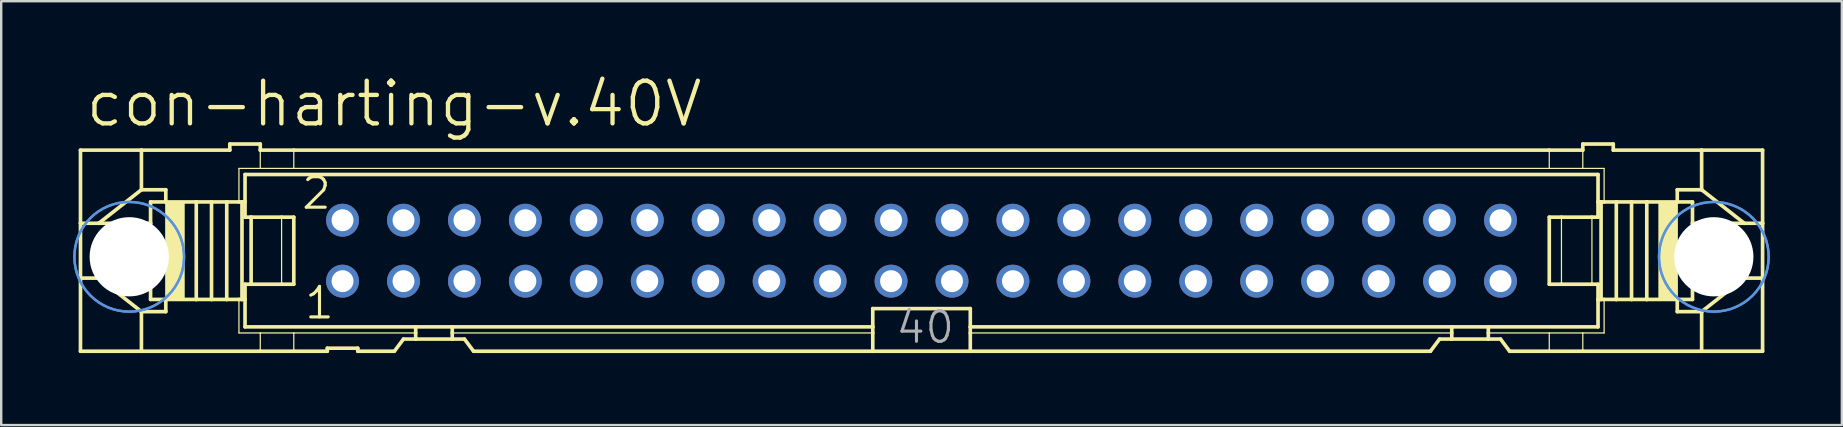
<source format=kicad_pcb>
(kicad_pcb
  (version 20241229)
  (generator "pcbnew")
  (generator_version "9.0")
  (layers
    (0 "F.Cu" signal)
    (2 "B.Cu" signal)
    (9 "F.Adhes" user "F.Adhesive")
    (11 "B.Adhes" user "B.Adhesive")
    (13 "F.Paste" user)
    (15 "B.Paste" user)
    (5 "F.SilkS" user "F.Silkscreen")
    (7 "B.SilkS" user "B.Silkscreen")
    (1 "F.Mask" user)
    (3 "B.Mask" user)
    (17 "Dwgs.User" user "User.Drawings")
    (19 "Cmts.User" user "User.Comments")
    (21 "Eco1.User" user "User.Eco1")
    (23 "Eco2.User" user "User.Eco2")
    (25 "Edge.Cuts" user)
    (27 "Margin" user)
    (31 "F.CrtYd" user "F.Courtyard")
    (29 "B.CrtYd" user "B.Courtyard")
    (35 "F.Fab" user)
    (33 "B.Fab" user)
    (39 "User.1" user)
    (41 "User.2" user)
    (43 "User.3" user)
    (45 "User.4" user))
  (footprint "con-harting-v.40V"
    (layer "F.Cu")
    (at 35.356 7.398)
    (property "Reference" "con-harting-v.40V" (at -34.925 -5.08 0) (layer "F.SilkS") (effects (font (size 1.778 1.778) (thickness 0.18)) (justify left bottom)))
    (attr through_hole)
    (fp_line (start -35.052 -4.191) (end -35.052 -1.143) (stroke (width 0.152) (type default)) (layer "F.SilkS"))
    (fp_line (start -35.052 -4.191) (end -32.512 -4.191) (stroke (width 0.152) (type default)) (layer "F.SilkS"))
    (fp_line (start -35.052 -1.143) (end -35.052 1.143) (stroke (width 0.152) (type default)) (layer "F.SilkS"))
    (fp_line (start -35.052 -1.143) (end -34.29 -1.143) (stroke (width 0.152) (type default)) (layer "F.SilkS"))
    (fp_line (start -35.052 1.143) (end -35.052 4.191) (stroke (width 0.152) (type default)) (layer "F.SilkS"))
    (fp_line (start -35.052 1.143) (end -34.29 1.143) (stroke (width 0.152) (type default)) (layer "F.SilkS"))
    (fp_line (start -34.29 -1.143) (end -32.131 -1.143) (stroke (width 0.152) (type default)) (layer "F.SilkS"))
    (fp_line (start -34.29 1.143) (end -32.131 1.143) (stroke (width 0.152) (type default)) (layer "F.SilkS"))
    (fp_line (start -32.512 -4.191) (end -32.512 -2.54) (stroke (width 0.152) (type default)) (layer "F.SilkS"))
    (fp_line (start -32.512 -2.54) (end -34.29 -1.143) (stroke (width 0.152) (type default)) (layer "F.SilkS"))
    (fp_line (start -32.512 2.54) (end -34.29 1.143) (stroke (width 0.152) (type default)) (layer "F.SilkS"))
    (fp_line (start -32.512 2.54) (end -32.512 4.191) (stroke (width 0.152) (type default)) (layer "F.SilkS"))
    (fp_line (start -32.512 4.191) (end -35.052 4.191) (stroke (width 0.152) (type default)) (layer "F.SilkS"))
    (fp_line (start -32.131 -1.143) (end -32.131 -2.032) (stroke (width 0.152) (type default)) (layer "F.SilkS"))
    (fp_line (start -32.131 1.143) (end -32.131 -1.143) (stroke (width 0.152) (type default)) (layer "F.SilkS"))
    (fp_line (start -32.131 2.032) (end -32.131 1.143) (stroke (width 0.152) (type default)) (layer "F.SilkS"))
    (fp_line (start -31.496 -2.54) (end -32.512 -2.54) (stroke (width 0.152) (type default)) (layer "F.SilkS"))
    (fp_line (start -31.496 -2.54) (end -31.496 -2.032) (stroke (width 0.152) (type default)) (layer "F.SilkS"))
    (fp_line (start -31.496 -2.032) (end -32.131 -2.032) (stroke (width 0.152) (type default)) (layer "F.SilkS"))
    (fp_line (start -31.496 2.032) (end -32.131 2.032) (stroke (width 0.152) (type default)) (layer "F.SilkS"))
    (fp_line (start -31.496 2.032) (end -31.496 2.54) (stroke (width 0.152) (type default)) (layer "F.SilkS"))
    (fp_line (start -31.496 2.54) (end -32.512 2.54) (stroke (width 0.152) (type default)) (layer "F.SilkS"))
    (fp_line (start -30.226 -2.032) (end -31.496 -2.032) (stroke (width 0.152) (type default)) (layer "F.SilkS"))
    (fp_line (start -30.226 2.032) (end -31.496 2.032) (stroke (width 0.152) (type default)) (layer "F.SilkS"))
    (fp_line (start -30.226 2.032) (end -30.226 -2.032) (stroke (width 0.152) (type default)) (layer "F.SilkS"))
    (fp_line (start -29.591 -2.032) (end -30.226 -2.032) (stroke (width 0.152) (type default)) (layer "F.SilkS"))
    (fp_line (start -29.591 2.032) (end -30.226 2.032) (stroke (width 0.152) (type default)) (layer "F.SilkS"))
    (fp_line (start -29.591 2.032) (end -29.591 -2.032) (stroke (width 0.152) (type default)) (layer "F.SilkS"))
    (fp_line (start -28.956 -2.032) (end -29.591 -2.032) (stroke (width 0.152) (type default)) (layer "F.SilkS"))
    (fp_line (start -28.956 2.032) (end -29.591 2.032) (stroke (width 0.152) (type default)) (layer "F.SilkS"))
    (fp_line (start -28.956 2.032) (end -28.956 -2.032) (stroke (width 0.152) (type default)) (layer "F.SilkS"))
    (fp_line (start -28.829 -4.445) (end -28.829 -4.191) (stroke (width 0.152) (type default)) (layer "F.SilkS"))
    (fp_line (start -28.829 -4.445) (end -27.559 -4.445) (stroke (width 0.152) (type default)) (layer "F.SilkS"))
    (fp_line (start -28.829 -4.191) (end -32.512 -4.191) (stroke (width 0.152) (type default)) (layer "F.SilkS"))
    (fp_line (start -28.448 -3.429) (end -28.448 -2.032) (stroke (width 0.051) (type default)) (layer "F.SilkS"))
    (fp_line (start -28.448 -2.032) (end -28.956 -2.032) (stroke (width 0.152) (type default)) (layer "F.SilkS"))
    (fp_line (start -28.448 2.032) (end -28.956 2.032) (stroke (width 0.152) (type default)) (layer "F.SilkS"))
    (fp_line (start -28.448 3.429) (end -28.448 2.032) (stroke (width 0.051) (type default)) (layer "F.SilkS"))
    (fp_line (start -28.321 -2.032) (end -28.448 -2.032) (stroke (width 0.152) (type default)) (layer "F.SilkS"))
    (fp_line (start -28.321 2.032) (end -28.448 2.032) (stroke (width 0.152) (type default)) (layer "F.SilkS"))
    (fp_line (start -28.321 2.032) (end -28.321 -2.032) (stroke (width 0.152) (type default)) (layer "F.SilkS"))
    (fp_line (start -28.194 -3.175) (end 28.194 -3.175) (stroke (width 0.152) (type default)) (layer "F.SilkS"))
    (fp_line (start -28.194 -2.032) (end -28.321 -2.032) (stroke (width 0.152) (type default)) (layer "F.SilkS"))
    (fp_line (start -28.194 -2.032) (end -28.194 -3.175) (stroke (width 0.152) (type default)) (layer "F.SilkS"))
    (fp_line (start -28.194 -1.397) (end -28.194 -2.032) (stroke (width 0.152) (type default)) (layer "F.SilkS"))
    (fp_line (start -28.194 -1.397) (end -27.94 -1.397) (stroke (width 0.152) (type default)) (layer "F.SilkS"))
    (fp_line (start -28.194 2.032) (end -28.321 2.032) (stroke (width 0.152) (type default)) (layer "F.SilkS"))
    (fp_line (start -28.194 2.032) (end -28.194 1.397) (stroke (width 0.152) (type default)) (layer "F.SilkS"))
    (fp_line (start -28.194 3.175) (end -28.194 2.032) (stroke (width 0.152) (type default)) (layer "F.SilkS"))
    (fp_line (start -27.94 -1.397) (end -26.67 -1.397) (stroke (width 0.152) (type default)) (layer "F.SilkS"))
    (fp_line (start -27.94 1.397) (end -28.194 1.397) (stroke (width 0.152) (type default)) (layer "F.SilkS"))
    (fp_line (start -27.94 1.397) (end -27.94 -1.397) (stroke (width 0.152) (type default)) (layer "F.SilkS"))
    (fp_line (start -27.559 -4.445) (end -27.559 -4.191) (stroke (width 0.152) (type default)) (layer "F.SilkS"))
    (fp_line (start -27.559 -3.429) (end -28.448 -3.429) (stroke (width 0.051) (type default)) (layer "F.SilkS"))
    (fp_line (start -27.559 -3.429) (end -27.559 -4.191) (stroke (width 0.051) (type default)) (layer "F.SilkS"))
    (fp_line (start -27.559 -3.429) (end -26.162 -3.429) (stroke (width 0.051) (type default)) (layer "F.SilkS"))
    (fp_line (start -27.559 3.429) (end -28.448 3.429) (stroke (width 0.051) (type default)) (layer "F.SilkS"))
    (fp_line (start -27.559 4.191) (end -32.512 4.191) (stroke (width 0.152) (type default)) (layer "F.SilkS"))
    (fp_line (start -27.559 4.191) (end -27.559 3.429) (stroke (width 0.051) (type default)) (layer "F.SilkS"))
    (fp_line (start -26.67 -1.397) (end -26.162 -1.397) (stroke (width 0.152) (type default)) (layer "F.SilkS"))
    (fp_line (start -26.67 1.397) (end -27.94 1.397) (stroke (width 0.152) (type default)) (layer "F.SilkS"))
    (fp_line (start -26.67 1.397) (end -26.67 -1.397) (stroke (width 0.051) (type default)) (layer "F.SilkS"))
    (fp_line (start -26.162 -4.191) (end -27.559 -4.191) (stroke (width 0.152) (type default)) (layer "F.SilkS"))
    (fp_line (start -26.162 -4.191) (end 26.162 -4.191) (stroke (width 0.152) (type default)) (layer "F.SilkS"))
    (fp_line (start -26.162 -3.429) (end -26.162 -4.191) (stroke (width 0.051) (type default)) (layer "F.SilkS"))
    (fp_line (start -26.162 -3.429) (end 26.162 -3.429) (stroke (width 0.051) (type default)) (layer "F.SilkS"))
    (fp_line (start -26.162 1.397) (end -26.67 1.397) (stroke (width 0.152) (type default)) (layer "F.SilkS"))
    (fp_line (start -26.162 1.397) (end -26.162 -1.397) (stroke (width 0.152) (type default)) (layer "F.SilkS"))
    (fp_line (start -26.162 3.429) (end -27.559 3.429) (stroke (width 0.051) (type default)) (layer "F.SilkS"))
    (fp_line (start -26.162 4.191) (end -27.559 4.191) (stroke (width 0.152) (type default)) (layer "F.SilkS"))
    (fp_line (start -26.162 4.191) (end -26.162 3.429) (stroke (width 0.051) (type default)) (layer "F.SilkS"))
    (fp_line (start -24.765 4.191) (end -26.162 4.191) (stroke (width 0.152) (type default)) (layer "F.SilkS"))
    (fp_line (start -24.765 4.191) (end -24.765 4.064) (stroke (width 0.152) (type default)) (layer "F.SilkS"))
    (fp_line (start -23.495 4.064) (end -24.765 4.064) (stroke (width 0.152) (type default)) (layer "F.SilkS"))
    (fp_line (start -23.495 4.064) (end -23.495 4.191) (stroke (width 0.152) (type default)) (layer "F.SilkS"))
    (fp_line (start -21.971 4.191) (end -23.495 4.191) (stroke (width 0.152) (type default)) (layer "F.SilkS"))
    (fp_line (start -21.971 4.191) (end -21.59 3.683) (stroke (width 0.152) (type default)) (layer "F.SilkS"))
    (fp_line (start -21.082 3.175) (end -28.194 3.175) (stroke (width 0.152) (type default)) (layer "F.SilkS"))
    (fp_line (start -21.082 3.175) (end -21.082 3.429) (stroke (width 0.152) (type default)) (layer "F.SilkS"))
    (fp_line (start -21.082 3.429) (end -26.162 3.429) (stroke (width 0.051) (type default)) (layer "F.SilkS"))
    (fp_line (start -21.082 3.429) (end -21.082 3.683) (stroke (width 0.152) (type default)) (layer "F.SilkS"))
    (fp_line (start -21.082 3.683) (end -21.59 3.683) (stroke (width 0.152) (type default)) (layer "F.SilkS"))
    (fp_line (start -19.558 3.175) (end -21.082 3.175) (stroke (width 0.152) (type default)) (layer "F.SilkS"))
    (fp_line (start -19.558 3.175) (end -19.558 3.429) (stroke (width 0.152) (type default)) (layer "F.SilkS"))
    (fp_line (start -19.558 3.429) (end -19.558 3.683) (stroke (width 0.152) (type default)) (layer "F.SilkS"))
    (fp_line (start -19.558 3.683) (end -21.082 3.683) (stroke (width 0.152) (type default)) (layer "F.SilkS"))
    (fp_line (start -19.05 3.683) (end -19.558 3.683) (stroke (width 0.152) (type default)) (layer "F.SilkS"))
    (fp_line (start -19.05 3.683) (end -18.669 4.191) (stroke (width 0.152) (type default)) (layer "F.SilkS"))
    (fp_line (start -2.032 3.175) (end -19.558 3.175) (stroke (width 0.152) (type default)) (layer "F.SilkS"))
    (fp_line (start -2.032 3.175) (end -2.032 2.413) (stroke (width 0.152) (type default)) (layer "F.SilkS"))
    (fp_line (start -2.032 3.175) (end -2.032 3.429) (stroke (width 0.152) (type default)) (layer "F.SilkS"))
    (fp_line (start -2.032 3.429) (end -19.558 3.429) (stroke (width 0.051) (type default)) (layer "F.SilkS"))
    (fp_line (start -2.032 3.429) (end -2.032 4.191) (stroke (width 0.152) (type default)) (layer "F.SilkS"))
    (fp_line (start -2.032 4.191) (end -18.669 4.191) (stroke (width 0.152) (type default)) (layer "F.SilkS"))
    (fp_line (start 2.032 2.413) (end -2.032 2.413) (stroke (width 0.152) (type default)) (layer "F.SilkS"))
    (fp_line (start 2.032 2.413) (end 2.032 3.175) (stroke (width 0.152) (type default)) (layer "F.SilkS"))
    (fp_line (start 2.032 3.175) (end 2.032 3.429) (stroke (width 0.152) (type default)) (layer "F.SilkS"))
    (fp_line (start 2.032 3.429) (end 2.032 4.191) (stroke (width 0.152) (type default)) (layer "F.SilkS"))
    (fp_line (start 2.032 4.191) (end -2.032 4.191) (stroke (width 0.152) (type default)) (layer "F.SilkS"))
    (fp_line (start 21.209 4.191) (end 2.032 4.191) (stroke (width 0.152) (type default)) (layer "F.SilkS"))
    (fp_line (start 21.209 4.191) (end 21.59 3.683) (stroke (width 0.152) (type default)) (layer "F.SilkS"))
    (fp_line (start 22.098 3.175) (end 2.032 3.175) (stroke (width 0.152) (type default)) (layer "F.SilkS"))
    (fp_line (start 22.098 3.175) (end 22.098 3.429) (stroke (width 0.152) (type default)) (layer "F.SilkS"))
    (fp_line (start 22.098 3.429) (end 2.032 3.429) (stroke (width 0.051) (type default)) (layer "F.SilkS"))
    (fp_line (start 22.098 3.429) (end 22.098 3.683) (stroke (width 0.152) (type default)) (layer "F.SilkS"))
    (fp_line (start 22.098 3.683) (end 21.59 3.683) (stroke (width 0.152) (type default)) (layer "F.SilkS"))
    (fp_line (start 23.622 3.175) (end 22.098 3.175) (stroke (width 0.152) (type default)) (layer "F.SilkS"))
    (fp_line (start 23.622 3.175) (end 23.622 3.429) (stroke (width 0.152) (type default)) (layer "F.SilkS"))
    (fp_line (start 23.622 3.429) (end 23.622 3.683) (stroke (width 0.152) (type default)) (layer "F.SilkS"))
    (fp_line (start 23.622 3.429) (end 26.162 3.429) (stroke (width 0.051) (type default)) (layer "F.SilkS"))
    (fp_line (start 23.622 3.683) (end 22.098 3.683) (stroke (width 0.152) (type default)) (layer "F.SilkS"))
    (fp_line (start 24.13 3.683) (end 23.622 3.683) (stroke (width 0.152) (type default)) (layer "F.SilkS"))
    (fp_line (start 24.13 3.683) (end 24.511 4.191) (stroke (width 0.152) (type default)) (layer "F.SilkS"))
    (fp_line (start 26.162 -4.191) (end 26.162 -3.429) (stroke (width 0.051) (type default)) (layer "F.SilkS"))
    (fp_line (start 26.162 -4.191) (end 27.559 -4.191) (stroke (width 0.152) (type default)) (layer "F.SilkS"))
    (fp_line (start 26.162 -1.397) (end 26.162 1.397) (stroke (width 0.152) (type default)) (layer "F.SilkS"))
    (fp_line (start 26.162 -1.397) (end 26.67 -1.397) (stroke (width 0.152) (type default)) (layer "F.SilkS"))
    (fp_line (start 26.162 3.429) (end 26.162 4.191) (stroke (width 0.051) (type default)) (layer "F.SilkS"))
    (fp_line (start 26.162 3.429) (end 27.559 3.429) (stroke (width 0.051) (type default)) (layer "F.SilkS"))
    (fp_line (start 26.162 4.191) (end 24.511 4.191) (stroke (width 0.152) (type default)) (layer "F.SilkS"))
    (fp_line (start 26.67 -1.397) (end 26.67 1.397) (stroke (width 0.051) (type default)) (layer "F.SilkS"))
    (fp_line (start 26.67 -1.397) (end 27.94 -1.397) (stroke (width 0.152) (type default)) (layer "F.SilkS"))
    (fp_line (start 26.67 1.397) (end 26.162 1.397) (stroke (width 0.152) (type default)) (layer "F.SilkS"))
    (fp_line (start 27.559 -4.191) (end 27.559 -4.445) (stroke (width 0.152) (type default)) (layer "F.SilkS"))
    (fp_line (start 27.559 -4.191) (end 27.559 -3.429) (stroke (width 0.051) (type default)) (layer "F.SilkS"))
    (fp_line (start 27.559 -3.429) (end 26.162 -3.429) (stroke (width 0.051) (type default)) (layer "F.SilkS"))
    (fp_line (start 27.559 -3.429) (end 28.448 -3.429) (stroke (width 0.051) (type default)) (layer "F.SilkS"))
    (fp_line (start 27.559 3.429) (end 27.559 4.191) (stroke (width 0.051) (type default)) (layer "F.SilkS"))
    (fp_line (start 27.559 3.429) (end 28.448 3.429) (stroke (width 0.051) (type default)) (layer "F.SilkS"))
    (fp_line (start 27.559 4.191) (end 26.162 4.191) (stroke (width 0.152) (type default)) (layer "F.SilkS"))
    (fp_line (start 27.94 -1.397) (end 27.94 1.397) (stroke (width 0.051) (type default)) (layer "F.SilkS"))
    (fp_line (start 27.94 -1.397) (end 28.194 -1.397) (stroke (width 0.152) (type default)) (layer "F.SilkS"))
    (fp_line (start 27.94 1.397) (end 26.67 1.397) (stroke (width 0.152) (type default)) (layer "F.SilkS"))
    (fp_line (start 28.194 -3.175) (end 28.194 -2.032) (stroke (width 0.152) (type default)) (layer "F.SilkS"))
    (fp_line (start 28.194 -2.032) (end 28.194 -1.397) (stroke (width 0.152) (type default)) (layer "F.SilkS"))
    (fp_line (start 28.194 -2.032) (end 28.321 -2.032) (stroke (width 0.152) (type default)) (layer "F.SilkS"))
    (fp_line (start 28.194 1.397) (end 27.94 1.397) (stroke (width 0.152) (type default)) (layer "F.SilkS"))
    (fp_line (start 28.194 1.397) (end 28.194 2.032) (stroke (width 0.152) (type default)) (layer "F.SilkS"))
    (fp_line (start 28.194 2.032) (end 28.194 3.175) (stroke (width 0.152) (type default)) (layer "F.SilkS"))
    (fp_line (start 28.194 2.032) (end 28.321 2.032) (stroke (width 0.152) (type default)) (layer "F.SilkS"))
    (fp_line (start 28.194 3.175) (end 23.622 3.175) (stroke (width 0.152) (type default)) (layer "F.SilkS"))
    (fp_line (start 28.321 -2.032) (end 28.321 2.032) (stroke (width 0.152) (type default)) (layer "F.SilkS"))
    (fp_line (start 28.321 -2.032) (end 28.448 -2.032) (stroke (width 0.152) (type default)) (layer "F.SilkS"))
    (fp_line (start 28.321 2.032) (end 28.448 2.032) (stroke (width 0.152) (type default)) (layer "F.SilkS"))
    (fp_line (start 28.448 -3.429) (end 28.448 -2.032) (stroke (width 0.051) (type default)) (layer "F.SilkS"))
    (fp_line (start 28.448 -2.032) (end 28.956 -2.032) (stroke (width 0.152) (type default)) (layer "F.SilkS"))
    (fp_line (start 28.448 2.032) (end 28.956 2.032) (stroke (width 0.152) (type default)) (layer "F.SilkS"))
    (fp_line (start 28.448 3.429) (end 28.448 2.032) (stroke (width 0.051) (type default)) (layer "F.SilkS"))
    (fp_line (start 28.829 -4.445) (end 27.559 -4.445) (stroke (width 0.152) (type default)) (layer "F.SilkS"))
    (fp_line (start 28.829 -4.191) (end 28.829 -4.445) (stroke (width 0.152) (type default)) (layer "F.SilkS"))
    (fp_line (start 28.829 -4.191) (end 32.512 -4.191) (stroke (width 0.152) (type default)) (layer "F.SilkS"))
    (fp_line (start 28.956 -2.032) (end 28.956 2.032) (stroke (width 0.152) (type default)) (layer "F.SilkS"))
    (fp_line (start 28.956 -2.032) (end 29.591 -2.032) (stroke (width 0.152) (type default)) (layer "F.SilkS"))
    (fp_line (start 28.956 2.032) (end 29.591 2.032) (stroke (width 0.152) (type default)) (layer "F.SilkS"))
    (fp_line (start 29.591 -2.032) (end 29.591 2.032) (stroke (width 0.152) (type default)) (layer "F.SilkS"))
    (fp_line (start 29.591 -2.032) (end 30.226 -2.032) (stroke (width 0.152) (type default)) (layer "F.SilkS"))
    (fp_line (start 29.591 2.032) (end 30.226 2.032) (stroke (width 0.152) (type default)) (layer "F.SilkS"))
    (fp_line (start 30.226 -2.032) (end 30.226 2.032) (stroke (width 0.152) (type default)) (layer "F.SilkS"))
    (fp_line (start 30.226 -2.032) (end 31.496 -2.032) (stroke (width 0.152) (type default)) (layer "F.SilkS"))
    (fp_line (start 30.226 2.032) (end 31.496 2.032) (stroke (width 0.152) (type default)) (layer "F.SilkS"))
    (fp_line (start 31.496 -2.54) (end 32.512 -2.54) (stroke (width 0.152) (type default)) (layer "F.SilkS"))
    (fp_line (start 31.496 -2.032) (end 31.496 -2.54) (stroke (width 0.152) (type default)) (layer "F.SilkS"))
    (fp_line (start 31.496 -2.032) (end 32.131 -2.032) (stroke (width 0.152) (type default)) (layer "F.SilkS"))
    (fp_line (start 31.496 2.032) (end 32.131 2.032) (stroke (width 0.152) (type default)) (layer "F.SilkS"))
    (fp_line (start 31.496 2.54) (end 31.496 2.032) (stroke (width 0.152) (type default)) (layer "F.SilkS"))
    (fp_line (start 31.496 2.54) (end 32.512 2.54) (stroke (width 0.152) (type default)) (layer "F.SilkS"))
    (fp_line (start 32.131 -2.032) (end 32.131 -1.143) (stroke (width 0.152) (type default)) (layer "F.SilkS"))
    (fp_line (start 32.131 -1.143) (end 32.131 1.143) (stroke (width 0.152) (type default)) (layer "F.SilkS"))
    (fp_line (start 32.131 1.143) (end 32.131 2.032) (stroke (width 0.152) (type default)) (layer "F.SilkS"))
    (fp_line (start 32.512 -4.191) (end 35.052 -4.191) (stroke (width 0.152) (type default)) (layer "F.SilkS"))
    (fp_line (start 32.512 -2.54) (end 32.512 -4.191) (stroke (width 0.152) (type default)) (layer "F.SilkS"))
    (fp_line (start 32.512 -2.54) (end 34.29 -1.143) (stroke (width 0.152) (type default)) (layer "F.SilkS"))
    (fp_line (start 32.512 2.54) (end 34.29 1.143) (stroke (width 0.152) (type default)) (layer "F.SilkS"))
    (fp_line (start 32.512 4.191) (end 27.559 4.191) (stroke (width 0.152) (type default)) (layer "F.SilkS"))
    (fp_line (start 32.512 4.191) (end 32.512 2.54) (stroke (width 0.152) (type default)) (layer "F.SilkS"))
    (fp_line (start 34.29 -1.143) (end 32.131 -1.143) (stroke (width 0.152) (type default)) (layer "F.SilkS"))
    (fp_line (start 34.29 1.143) (end 32.131 1.143) (stroke (width 0.152) (type default)) (layer "F.SilkS"))
    (fp_line (start 35.052 -1.143) (end 34.29 -1.143) (stroke (width 0.152) (type default)) (layer "F.SilkS"))
    (fp_line (start 35.052 -1.143) (end 35.052 -4.191) (stroke (width 0.152) (type default)) (layer "F.SilkS"))
    (fp_line (start 35.052 1.143) (end 34.29 1.143) (stroke (width 0.152) (type default)) (layer "F.SilkS"))
    (fp_line (start 35.052 1.143) (end 35.052 -1.143) (stroke (width 0.152) (type default)) (layer "F.SilkS"))
    (fp_line (start 35.052 4.191) (end 32.512 4.191) (stroke (width 0.152) (type default)) (layer "F.SilkS"))
    (fp_line (start 35.052 4.191) (end 35.052 1.143) (stroke (width 0.152) (type default)) (layer "F.SilkS"))
    (fp_rect (start -31.496 2.032) (end -30.734 -2.032) (stroke (width 0.05) (type default)) (fill yes) (layer "F.SilkS"))
    (fp_rect (start 30.734 2.032) (end 31.496 -2.032) (stroke (width 0.05) (type default)) (fill yes) (layer "F.SilkS"))
    (fp_circle (center -33.02 0.254) (end -30.734 0.254) (stroke (width 0.1) (type default)) (fill no) (layer "Cmts.User"))
    (fp_circle (center -33.02 0.254) (end -30.734 0.254) (stroke (width 0.1) (type default)) (fill no) (layer "Cmts.User"))
    (fp_circle (center 33.02 0.254) (end 35.306 0.254) (stroke (width 0.1) (type default)) (fill no) (layer "Cmts.User"))
    (fp_circle (center 33.02 0.254) (end 35.306 0.254) (stroke (width 0.1) (type default)) (fill no) (layer "Cmts.User"))
    (fp_rect (start -34.29 0.381) (end -32.512 -0.381) (stroke (width 0.05) (type default)) (fill no) (layer "F.Fab"))
    (fp_rect (start -24.384 -1.016) (end -23.876 -1.524) (stroke (width 0.05) (type default)) (fill no) (layer "F.Fab"))
    (fp_rect (start -24.384 1.524) (end -23.876 1.016) (stroke (width 0.05) (type default)) (fill no) (layer "F.Fab"))
    (fp_rect (start -21.844 -1.016) (end -21.336 -1.524) (stroke (width 0.05) (type default)) (fill no) (layer "F.Fab"))
    (fp_rect (start -21.844 1.524) (end -21.336 1.016) (stroke (width 0.05) (type default)) (fill no) (layer "F.Fab"))
    (fp_rect (start -19.304 -1.016) (end -18.796 -1.524) (stroke (width 0.05) (type default)) (fill no) (layer "F.Fab"))
    (fp_rect (start -19.304 1.524) (end -18.796 1.016) (stroke (width 0.05) (type default)) (fill no) (layer "F.Fab"))
    (fp_rect (start -16.764 -1.016) (end -16.256 -1.524) (stroke (width 0.05) (type default)) (fill no) (layer "F.Fab"))
    (fp_rect (start -16.764 1.524) (end -16.256 1.016) (stroke (width 0.05) (type default)) (fill no) (layer "F.Fab"))
    (fp_rect (start -14.224 -1.016) (end -13.716 -1.524) (stroke (width 0.05) (type default)) (fill no) (layer "F.Fab"))
    (fp_rect (start -14.224 1.524) (end -13.716 1.016) (stroke (width 0.05) (type default)) (fill no) (layer "F.Fab"))
    (fp_rect (start -11.684 -1.016) (end -11.176 -1.524) (stroke (width 0.05) (type default)) (fill no) (layer "F.Fab"))
    (fp_rect (start -11.684 1.524) (end -11.176 1.016) (stroke (width 0.05) (type default)) (fill no) (layer "F.Fab"))
    (fp_rect (start -9.144 -1.016) (end -8.636 -1.524) (stroke (width 0.05) (type default)) (fill no) (layer "F.Fab"))
    (fp_rect (start -9.144 1.524) (end -8.636 1.016) (stroke (width 0.05) (type default)) (fill no) (layer "F.Fab"))
    (fp_rect (start -6.604 -1.016) (end -6.096 -1.524) (stroke (width 0.05) (type default)) (fill no) (layer "F.Fab"))
    (fp_rect (start -6.604 1.524) (end -6.096 1.016) (stroke (width 0.05) (type default)) (fill no) (layer "F.Fab"))
    (fp_rect (start -4.064 -1.016) (end -3.556 -1.524) (stroke (width 0.05) (type default)) (fill no) (layer "F.Fab"))
    (fp_rect (start -4.064 1.524) (end -3.556 1.016) (stroke (width 0.05) (type default)) (fill no) (layer "F.Fab"))
    (fp_rect (start -1.524 -1.016) (end -1.016 -1.524) (stroke (width 0.05) (type default)) (fill no) (layer "F.Fab"))
    (fp_rect (start -1.524 1.524) (end -1.016 1.016) (stroke (width 0.05) (type default)) (fill no) (layer "F.Fab"))
    (fp_rect (start 1.016 -1.016) (end 1.524 -1.524) (stroke (width 0.05) (type default)) (fill no) (layer "F.Fab"))
    (fp_rect (start 1.016 1.524) (end 1.524 1.016) (stroke (width 0.05) (type default)) (fill no) (layer "F.Fab"))
    (fp_rect (start 3.556 -1.016) (end 4.064 -1.524) (stroke (width 0.05) (type default)) (fill no) (layer "F.Fab"))
    (fp_rect (start 3.556 1.524) (end 4.064 1.016) (stroke (width 0.05) (type default)) (fill no) (layer "F.Fab"))
    (fp_rect (start 6.096 -1.016) (end 6.604 -1.524) (stroke (width 0.05) (type default)) (fill no) (layer "F.Fab"))
    (fp_rect (start 6.096 1.524) (end 6.604 1.016) (stroke (width 0.05) (type default)) (fill no) (layer "F.Fab"))
    (fp_rect (start 8.636 -1.016) (end 9.144 -1.524) (stroke (width 0.05) (type default)) (fill no) (layer "F.Fab"))
    (fp_rect (start 8.636 1.524) (end 9.144 1.016) (stroke (width 0.05) (type default)) (fill no) (layer "F.Fab"))
    (fp_rect (start 11.176 -1.016) (end 11.684 -1.524) (stroke (width 0.05) (type default)) (fill no) (layer "F.Fab"))
    (fp_rect (start 11.176 1.524) (end 11.684 1.016) (stroke (width 0.05) (type default)) (fill no) (layer "F.Fab"))
    (fp_rect (start 13.716 -1.016) (end 14.224 -1.524) (stroke (width 0.05) (type default)) (fill no) (layer "F.Fab"))
    (fp_rect (start 13.716 1.524) (end 14.224 1.016) (stroke (width 0.05) (type default)) (fill no) (layer "F.Fab"))
    (fp_rect (start 16.256 -1.016) (end 16.764 -1.524) (stroke (width 0.05) (type default)) (fill no) (layer "F.Fab"))
    (fp_rect (start 16.256 1.524) (end 16.764 1.016) (stroke (width 0.05) (type default)) (fill no) (layer "F.Fab"))
    (fp_rect (start 18.796 -1.016) (end 19.304 -1.524) (stroke (width 0.05) (type default)) (fill no) (layer "F.Fab"))
    (fp_rect (start 18.796 1.524) (end 19.304 1.016) (stroke (width 0.05) (type default)) (fill no) (layer "F.Fab"))
    (fp_rect (start 21.336 -1.016) (end 21.844 -1.524) (stroke (width 0.05) (type default)) (fill no) (layer "F.Fab"))
    (fp_rect (start 21.336 1.524) (end 21.844 1.016) (stroke (width 0.05) (type default)) (fill no) (layer "F.Fab"))
    (fp_rect (start 23.876 -1.016) (end 24.384 -1.524) (stroke (width 0.05) (type default)) (fill no) (layer "F.Fab"))
    (fp_rect (start 23.876 1.524) (end 24.384 1.016) (stroke (width 0.05) (type default)) (fill no) (layer "F.Fab"))
    (fp_rect (start 32.512 0.381) (end 34.29 -0.381) (stroke (width 0.05) (type default)) (fill no) (layer "F.Fab"))
    (fp_text user "1" (at -25.781 2.921 0) (layer "F.SilkS") (effects (font (size 1.27 1.27) (thickness 0.13)) (justify left bottom)))
    (fp_text user "2" (at -25.908 -1.651 0) (layer "F.SilkS") (effects (font (size 1.27 1.27) (thickness 0.13)) (justify left bottom)))
    (fp_text user "40" (at -1.143 3.937 0) (layer "F.Fab") (effects (font (size 1.27 1.27) (thickness 0.13)) (justify left bottom)))
    (pad "" np_thru_hole circle (at -33.02 0.254) (size 3.302 3.302) (drill 3.302) (layers "*.Cu" "*.Mask"))
    (pad "" np_thru_hole circle (at 33.02 0.254) (size 3.302 3.302) (drill 3.302) (layers "*.Cu" "*.Mask"))
    (pad "1" thru_hole circle (at -24.13 1.27) (size 1.372 1.372) (drill 0.914) (layers "*.Cu" "*.Mask"))
    (pad "2" thru_hole circle (at -24.13 -1.27) (size 1.372 1.372) (drill 0.914) (layers "*.Cu" "*.Mask"))
    (pad "3" thru_hole circle (at -21.59 1.27) (size 1.372 1.372) (drill 0.914) (layers "*.Cu" "*.Mask"))
    (pad "4" thru_hole circle (at -21.59 -1.27) (size 1.372 1.372) (drill 0.914) (layers "*.Cu" "*.Mask"))
    (pad "5" thru_hole circle (at -19.05 1.27) (size 1.372 1.372) (drill 0.914) (layers "*.Cu" "*.Mask"))
    (pad "6" thru_hole circle (at -19.05 -1.27) (size 1.372 1.372) (drill 0.914) (layers "*.Cu" "*.Mask"))
    (pad "7" thru_hole circle (at -16.51 1.27) (size 1.372 1.372) (drill 0.914) (layers "*.Cu" "*.Mask"))
    (pad "8" thru_hole circle (at -16.51 -1.27) (size 1.372 1.372) (drill 0.914) (layers "*.Cu" "*.Mask"))
    (pad "9" thru_hole circle (at -13.97 1.27) (size 1.372 1.372) (drill 0.914) (layers "*.Cu" "*.Mask"))
    (pad "10" thru_hole circle (at -13.97 -1.27) (size 1.372 1.372) (drill 0.914) (layers "*.Cu" "*.Mask"))
    (pad "11" thru_hole circle (at -11.43 1.27) (size 1.372 1.372) (drill 0.914) (layers "*.Cu" "*.Mask"))
    (pad "12" thru_hole circle (at -11.43 -1.27) (size 1.372 1.372) (drill 0.914) (layers "*.Cu" "*.Mask"))
    (pad "13" thru_hole circle (at -8.89 1.27) (size 1.372 1.372) (drill 0.914) (layers "*.Cu" "*.Mask"))
    (pad "14" thru_hole circle (at -8.89 -1.27) (size 1.372 1.372) (drill 0.914) (layers "*.Cu" "*.Mask"))
    (pad "15" thru_hole circle (at -6.35 1.27) (size 1.372 1.372) (drill 0.914) (layers "*.Cu" "*.Mask"))
    (pad "16" thru_hole circle (at -6.35 -1.27) (size 1.372 1.372) (drill 0.914) (layers "*.Cu" "*.Mask"))
    (pad "17" thru_hole circle (at -3.81 1.27) (size 1.372 1.372) (drill 0.914) (layers "*.Cu" "*.Mask"))
    (pad "18" thru_hole circle (at -3.81 -1.27) (size 1.372 1.372) (drill 0.914) (layers "*.Cu" "*.Mask"))
    (pad "19" thru_hole circle (at -1.27 1.27) (size 1.372 1.372) (drill 0.914) (layers "*.Cu" "*.Mask"))
    (pad "20" thru_hole circle (at -1.27 -1.27) (size 1.372 1.372) (drill 0.914) (layers "*.Cu" "*.Mask"))
    (pad "21" thru_hole circle (at 1.27 1.27) (size 1.372 1.372) (drill 0.914) (layers "*.Cu" "*.Mask"))
    (pad "22" thru_hole circle (at 1.27 -1.27) (size 1.372 1.372) (drill 0.914) (layers "*.Cu" "*.Mask"))
    (pad "23" thru_hole circle (at 3.81 1.27) (size 1.372 1.372) (drill 0.914) (layers "*.Cu" "*.Mask"))
    (pad "24" thru_hole circle (at 3.81 -1.27) (size 1.372 1.372) (drill 0.914) (layers "*.Cu" "*.Mask"))
    (pad "25" thru_hole circle (at 6.35 1.27) (size 1.372 1.372) (drill 0.914) (layers "*.Cu" "*.Mask"))
    (pad "26" thru_hole circle (at 6.35 -1.27) (size 1.372 1.372) (drill 0.914) (layers "*.Cu" "*.Mask"))
    (pad "27" thru_hole circle (at 8.89 1.27) (size 1.372 1.372) (drill 0.914) (layers "*.Cu" "*.Mask"))
    (pad "28" thru_hole circle (at 8.89 -1.27) (size 1.372 1.372) (drill 0.914) (layers "*.Cu" "*.Mask"))
    (pad "29" thru_hole circle (at 11.43 1.27) (size 1.372 1.372) (drill 0.914) (layers "*.Cu" "*.Mask"))
    (pad "30" thru_hole circle (at 11.43 -1.27) (size 1.372 1.372) (drill 0.914) (layers "*.Cu" "*.Mask"))
    (pad "31" thru_hole circle (at 13.97 1.27) (size 1.372 1.372) (drill 0.914) (layers "*.Cu" "*.Mask"))
    (pad "32" thru_hole circle (at 13.97 -1.27) (size 1.372 1.372) (drill 0.914) (layers "*.Cu" "*.Mask"))
    (pad "33" thru_hole circle (at 16.51 1.27) (size 1.372 1.372) (drill 0.914) (layers "*.Cu" "*.Mask"))
    (pad "34" thru_hole circle (at 16.51 -1.27) (size 1.372 1.372) (drill 0.914) (layers "*.Cu" "*.Mask"))
    (pad "35" thru_hole circle (at 19.05 1.27) (size 1.372 1.372) (drill 0.914) (layers "*.Cu" "*.Mask"))
    (pad "36" thru_hole circle (at 19.05 -1.27) (size 1.372 1.372) (drill 0.914) (layers "*.Cu" "*.Mask"))
    (pad "37" thru_hole circle (at 21.59 1.27) (size 1.372 1.372) (drill 0.914) (layers "*.Cu" "*.Mask"))
    (pad "38" thru_hole circle (at 21.59 -1.27) (size 1.372 1.372) (drill 0.914) (layers "*.Cu" "*.Mask"))
    (pad "39" thru_hole circle (at 24.13 1.27) (size 1.372 1.372) (drill 0.914) (layers "*.Cu" "*.Mask"))
    (pad "40" thru_hole circle (at 24.13 -1.27) (size 1.372 1.372) (drill 0.914) (layers "*.Cu" "*.Mask")))
  (gr_rect
    (start -3 -3)
    (end 73.712 14.665)
    (stroke (width 0.1) (type default))
    (fill no)
    (layer "Edge.Cuts")))
</source>
